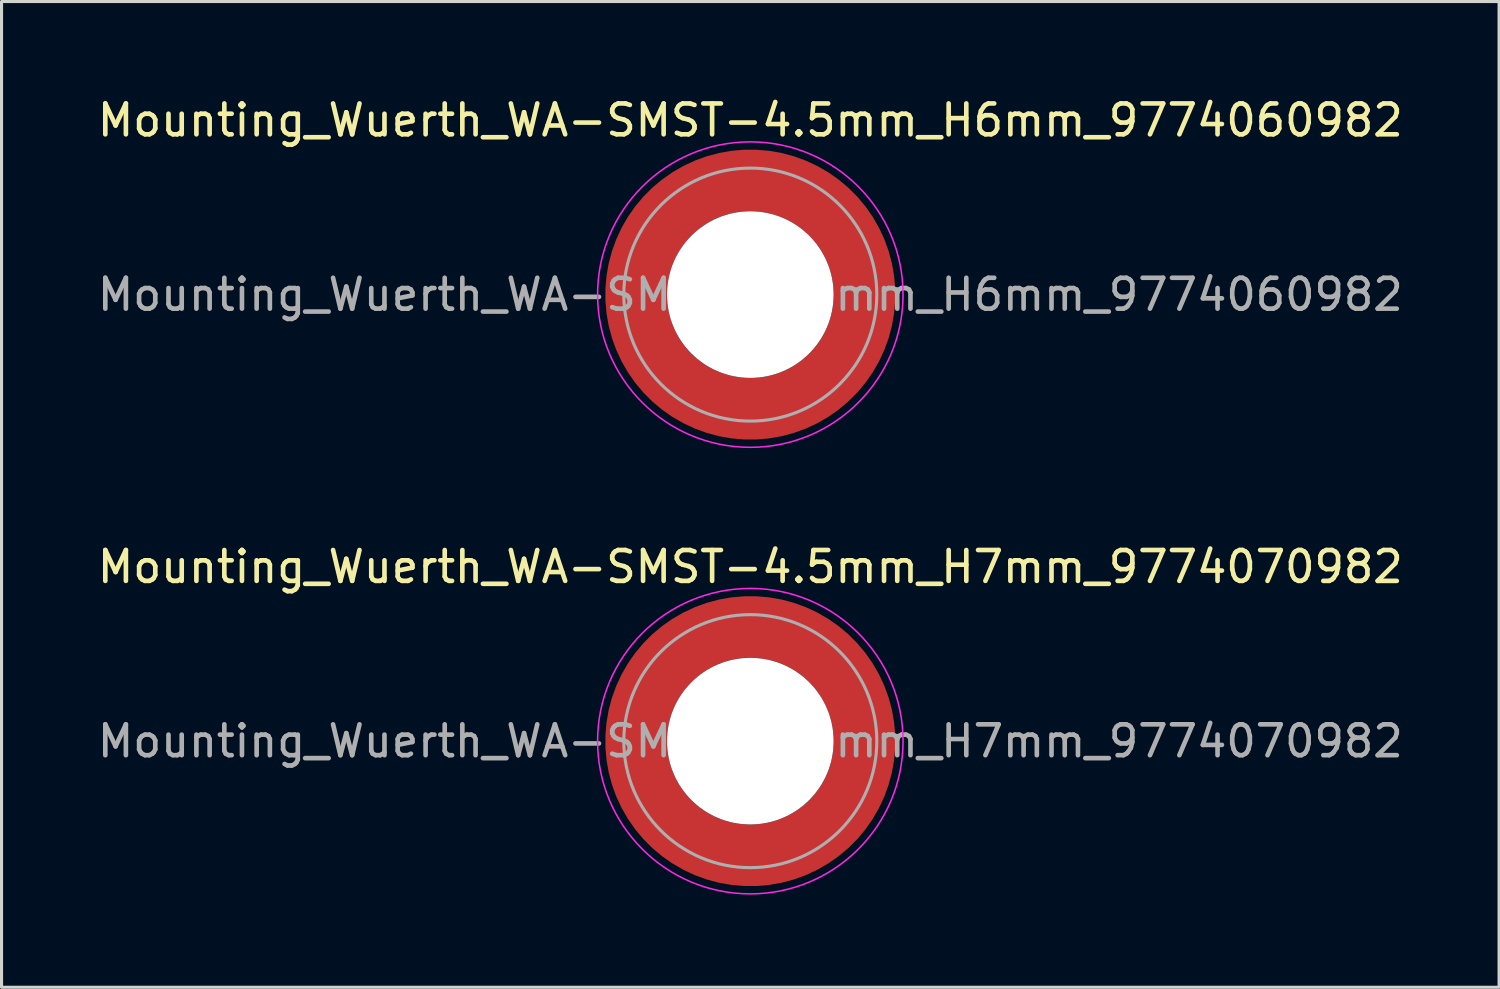
<source format=kicad_pcb>
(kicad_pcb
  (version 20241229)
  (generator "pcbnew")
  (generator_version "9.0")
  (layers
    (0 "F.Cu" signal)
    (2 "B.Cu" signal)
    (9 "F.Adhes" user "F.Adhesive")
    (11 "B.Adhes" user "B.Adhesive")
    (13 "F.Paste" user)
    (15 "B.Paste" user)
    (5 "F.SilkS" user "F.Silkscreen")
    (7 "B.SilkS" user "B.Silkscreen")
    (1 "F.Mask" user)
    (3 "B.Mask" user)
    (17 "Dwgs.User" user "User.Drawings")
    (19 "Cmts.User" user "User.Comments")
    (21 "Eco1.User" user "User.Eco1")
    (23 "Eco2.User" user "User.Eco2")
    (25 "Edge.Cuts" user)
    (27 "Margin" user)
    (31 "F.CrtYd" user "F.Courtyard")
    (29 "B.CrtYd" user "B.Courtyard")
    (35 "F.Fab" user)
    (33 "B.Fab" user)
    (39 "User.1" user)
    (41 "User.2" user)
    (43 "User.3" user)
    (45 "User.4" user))
  (footprint "Mounting_Wuerth_WA-SMST-4.5mm_H7mm_9774070982"
    (layer "F.Cu")
    (at 21.268 20.971)
    (property "Reference" "Mounting_Wuerth_WA-SMST-4.5mm_H7mm_9774070982" (at 0 -5.65 0) (layer "F.SilkS") (effects (font (size 1 1) (thickness 0.15))))
    (attr smd)
    (fp_circle (center 0 0) (end 4.95 0) (stroke (width 0.05) (type solid)) (fill no) (layer "F.CrtYd"))
    (fp_circle (center 0 0) (end 4.1 0) (stroke (width 0.1) (type solid)) (fill no) (layer "F.Fab"))
    (fp_text user "${REFERENCE}" (at 0 0 0) (layer "F.Fab") (effects (font (size 1 1) (thickness 0.15))))
    (pad "" smd custom (at -2.607 -2.607) (size 1.495 1.495) (layers "F.Paste") (options (anchor circle)) (primitives (gr_arc (start -0.188183 2.107456) (mid 0.598928 0.599619) (end 2.106494 -0.188011) (width 0.2)) (gr_arc (start -0.289416 2.107456) (mid 0.528508 0.529033) (end 2.106724 -0.28929) (width 0.2)) (gr_arc (start -0.390547 2.107456) (mid 0.457087 0.459449) (end 2.104161 -0.389996) (width 0.2)) (gr_arc (start -0.491585 2.107456) (mid 0.386415 0.389116) (end 2.103685 -0.490974) (width 0.2)) (gr_arc (start -0.59254 2.107456) (mid 0.31649 0.318035) (end 2.105297 -0.592202) (width 0.2)) (gr_arc (start -0.693419 2.107456) (mid 0.245252 0.248268) (end 2.103239 -0.692777) (width 0.2)) (gr_arc (start -0.794229 2.107456) (mid 0.174636 0.177878) (end 2.102921 -0.793559) (width 0.2)) (gr_arc (start -0.894975 2.107456) (mid 0.104643 0.106866) (end 2.104343 -0.894529) (width 0.2)) (gr_arc (start -0.995664 2.107456) (mid 0.033026 0.037479) (end 2.101219 -0.994793) (width 0.2)) (gr_arc (start -1.0963 2.107456) (mid -0.035789 -0.034714) (end 2.105949 -1.096096) (width 0.2)) (gr_arc (start -1.196886 2.107456) (mid -0.106351 -0.105157) (end 2.105783 -1.196666) (width 0.2)) (gr_arc (start -1.297427 2.107456) (mid -0.176416 -0.176097) (end 2.107009 -1.29737) (width 0.2)) (gr_arc (start -1.397927 2.107456) (mid -0.248476 -0.245042) (end 2.102638 -1.397323) (width 0.2)) (gr_arc (start -1.498388 2.107456) (mid -0.317612 -0.316913) (end 2.106475 -1.498268) (width 0.2)) (gr_arc (start -1.598813 2.107456) (mid -0.388865 -0.386665) (end 2.104366 -1.598444) (width 0.2)) (gr_arc (start -1.699204 2.107456) (mid -0.459747 -0.456787) (end 2.103299 -1.698719) (width 0.2)) (gr_arc (start -1.799565 2.107456) (mid -0.530257 -0.527283) (end 2.103277 -1.799089) (width 0.2)) (gr_arc (start -1.899896 2.107456) (mid -0.600396 -0.59815) (end 2.104299 -1.899545) (width 0.2)) (gr_arc (start -1.899896 2.107456) (mid -0.600396 -0.59815) (end 2.104299 -1.899545) (width 0.2)) (gr_line (start 2.107 -0.188) (end 2.107 -1.9) (width 0.2)) (gr_line (start -0.188 2.107) (end -1.9 2.107) (width 0.2))))
    (pad "" smd custom (at -2.607 2.607) (size 1.495 1.495) (layers "F.Paste") (options (anchor circle)) (primitives (gr_arc (start 2.107456 0.188183) (mid 0.599619 -0.598928) (end -0.188011 -2.106494) (width 0.2)) (gr_arc (start 2.107456 0.289416) (mid 0.529033 -0.528508) (end -0.28929 -2.106724) (width 0.2)) (gr_arc (start 2.107456 0.390547) (mid 0.459449 -0.457087) (end -0.389996 -2.104161) (width 0.2)) (gr_arc (start 2.107456 0.491585) (mid 0.389116 -0.386415) (end -0.490974 -2.103685) (width 0.2)) (gr_arc (start 2.107456 0.59254) (mid 0.318035 -0.31649) (end -0.592202 -2.105297) (width 0.2)) (gr_arc (start 2.107456 0.693419) (mid 0.248268 -0.245252) (end -0.692777 -2.103239) (width 0.2)) (gr_arc (start 2.107456 0.794229) (mid 0.177878 -0.174636) (end -0.793559 -2.102921) (width 0.2)) (gr_arc (start 2.107456 0.894975) (mid 0.106866 -0.104643) (end -0.894529 -2.104343) (width 0.2)) (gr_arc (start 2.107456 0.995664) (mid 0.037479 -0.033026) (end -0.994793 -2.101219) (width 0.2)) (gr_arc (start 2.107456 1.0963) (mid -0.034714 0.035789) (end -1.096096 -2.105949) (width 0.2)) (gr_arc (start 2.107456 1.196886) (mid -0.105157 0.106351) (end -1.196666 -2.105783) (width 0.2)) (gr_arc (start 2.107456 1.297427) (mid -0.176097 0.176416) (end -1.29737 -2.107009) (width 0.2)) (gr_arc (start 2.107456 1.397927) (mid -0.245042 0.248476) (end -1.397323 -2.102638) (width 0.2)) (gr_arc (start 2.107456 1.498388) (mid -0.316913 0.317612) (end -1.498268 -2.106475) (width 0.2)) (gr_arc (start 2.107456 1.598813) (mid -0.386665 0.388865) (end -1.598444 -2.104366) (width 0.2)) (gr_arc (start 2.107456 1.699204) (mid -0.456787 0.459747) (end -1.698719 -2.103299) (width 0.2)) (gr_arc (start 2.107456 1.799565) (mid -0.527283 0.530257) (end -1.799089 -2.103277) (width 0.2)) (gr_arc (start 2.107456 1.899896) (mid -0.59815 0.600396) (end -1.899545 -2.104299) (width 0.2)) (gr_arc (start 2.107456 1.899896) (mid -0.59815 0.600396) (end -1.899545 -2.104299) (width 0.2)) (gr_line (start -0.188 -2.107) (end -1.9 -2.107) (width 0.2)) (gr_line (start 2.107 0.188) (end 2.107 1.9) (width 0.2))))
    (pad "" np_thru_hole circle (at 0 0) (size 5.4 5.4) (drill 5.4) (layers "*.Cu" "*.Mask"))
    (pad "" smd custom (at 2.607 -2.607) (size 1.495 1.495) (layers "F.Paste") (options (anchor circle)) (primitives (gr_arc (start -2.107456 -0.188183) (mid -0.599619 0.598928) (end 0.188011 2.106494) (width 0.2)) (gr_arc (start -2.107456 -0.289416) (mid -0.529033 0.528508) (end 0.28929 2.106724) (width 0.2)) (gr_arc (start -2.107456 -0.390547) (mid -0.459449 0.457087) (end 0.389996 2.104161) (width 0.2)) (gr_arc (start -2.107456 -0.491585) (mid -0.389116 0.386415) (end 0.490974 2.103685) (width 0.2)) (gr_arc (start -2.107456 -0.59254) (mid -0.318035 0.31649) (end 0.592202 2.105297) (width 0.2)) (gr_arc (start -2.107456 -0.693419) (mid -0.248268 0.245252) (end 0.692777 2.103239) (width 0.2)) (gr_arc (start -2.107456 -0.794229) (mid -0.177878 0.174636) (end 0.793559 2.102921) (width 0.2)) (gr_arc (start -2.107456 -0.894975) (mid -0.106866 0.104643) (end 0.894529 2.104343) (width 0.2)) (gr_arc (start -2.107456 -0.995664) (mid -0.037479 0.033026) (end 0.994793 2.101219) (width 0.2)) (gr_arc (start -2.107456 -1.0963) (mid 0.034714 -0.035789) (end 1.096096 2.105949) (width 0.2)) (gr_arc (start -2.107456 -1.196886) (mid 0.105157 -0.106351) (end 1.196666 2.105783) (width 0.2)) (gr_arc (start -2.107456 -1.297427) (mid 0.176097 -0.176416) (end 1.29737 2.107009) (width 0.2)) (gr_arc (start -2.107456 -1.397927) (mid 0.245042 -0.248476) (end 1.397323 2.102638) (width 0.2)) (gr_arc (start -2.107456 -1.498388) (mid 0.316913 -0.317612) (end 1.498268 2.106475) (width 0.2)) (gr_arc (start -2.107456 -1.598813) (mid 0.386665 -0.388865) (end 1.598444 2.104366) (width 0.2)) (gr_arc (start -2.107456 -1.699204) (mid 0.456787 -0.459747) (end 1.698719 2.103299) (width 0.2)) (gr_arc (start -2.107456 -1.799565) (mid 0.527283 -0.530257) (end 1.799089 2.103277) (width 0.2)) (gr_arc (start -2.107456 -1.899896) (mid 0.59815 -0.600396) (end 1.899545 2.104299) (width 0.2)) (gr_arc (start -2.107456 -1.899896) (mid 0.59815 -0.600396) (end 1.899545 2.104299) (width 0.2)) (gr_line (start 0.188 2.107) (end 1.9 2.107) (width 0.2)) (gr_line (start -2.107 -0.188) (end -2.107 -1.9) (width 0.2))))
    (pad "" smd custom (at 2.607 2.607) (size 1.495 1.495) (layers "F.Paste") (options (anchor circle)) (primitives (gr_arc (start 0.188183 -2.107456) (mid -0.598928 -0.599619) (end -2.106494 0.188011) (width 0.2)) (gr_arc (start 0.289416 -2.107456) (mid -0.528508 -0.529033) (end -2.106724 0.28929) (width 0.2)) (gr_arc (start 0.390547 -2.107456) (mid -0.457087 -0.459449) (end -2.104161 0.389996) (width 0.2)) (gr_arc (start 0.491585 -2.107456) (mid -0.386415 -0.389116) (end -2.103685 0.490974) (width 0.2)) (gr_arc (start 0.59254 -2.107456) (mid -0.31649 -0.318035) (end -2.105297 0.592202) (width 0.2)) (gr_arc (start 0.693419 -2.107456) (mid -0.245252 -0.248268) (end -2.103239 0.692777) (width 0.2)) (gr_arc (start 0.794229 -2.107456) (mid -0.174636 -0.177878) (end -2.102921 0.793559) (width 0.2)) (gr_arc (start 0.894975 -2.107456) (mid -0.104643 -0.106866) (end -2.104343 0.894529) (width 0.2)) (gr_arc (start 0.995664 -2.107456) (mid -0.033026 -0.037479) (end -2.101219 0.994793) (width 0.2)) (gr_arc (start 1.0963 -2.107456) (mid 0.035789 0.034714) (end -2.105949 1.096096) (width 0.2)) (gr_arc (start 1.196886 -2.107456) (mid 0.106351 0.105157) (end -2.105783 1.196666) (width 0.2)) (gr_arc (start 1.297427 -2.107456) (mid 0.176416 0.176097) (end -2.107009 1.29737) (width 0.2)) (gr_arc (start 1.397927 -2.107456) (mid 0.248476 0.245042) (end -2.102638 1.397323) (width 0.2)) (gr_arc (start 1.498388 -2.107456) (mid 0.317612 0.316913) (end -2.106475 1.498268) (width 0.2)) (gr_arc (start 1.598813 -2.107456) (mid 0.388865 0.386665) (end -2.104366 1.598444) (width 0.2)) (gr_arc (start 1.699204 -2.107456) (mid 0.459747 0.456787) (end -2.103299 1.698719) (width 0.2)) (gr_arc (start 1.799565 -2.107456) (mid 0.530257 0.527283) (end -2.103277 1.799089) (width 0.2)) (gr_arc (start 1.899896 -2.107456) (mid 0.600396 0.59815) (end -2.104299 1.899545) (width 0.2)) (gr_arc (start 1.899896 -2.107456) (mid 0.600396 0.59815) (end -2.104299 1.899545) (width 0.2)) (gr_line (start -2.107 0.188) (end -2.107 1.9) (width 0.2)) (gr_line (start 0.188 -2.107) (end 1.9 -2.107) (width 0.2))))
    (pad "1" smd circle (at -3.7 0) (size 1.6 1.6) (layers "F.Cu"))
    (pad "1" smd circle (at 0 -3.7) (size 1.6 1.6) (layers "F.Cu"))
    (pad "1" smd circle (at 0 3.7) (size 1.6 1.6) (layers "F.Cu"))
    (pad "1" smd custom (at 3.7 0) (size 1.6 1.6) (layers "F.Cu" "F.Mask") (options (anchor circle)) (primitives (gr_circle (center -3.7 0) (end 0 0) (width 2) (fill no)))))
  (footprint "Mounting_Wuerth_WA-SMST-4.5mm_H6mm_9774060982"
    (layer "F.Cu")
    (at 21.268 6.498)
    (property "Reference" "Mounting_Wuerth_WA-SMST-4.5mm_H6mm_9774060982" (at 0 -5.65 0) (layer "F.SilkS") (effects (font (size 1 1) (thickness 0.15))))
    (attr smd)
    (fp_circle (center 0 0) (end 4.95 0) (stroke (width 0.05) (type solid)) (fill no) (layer "F.CrtYd"))
    (fp_circle (center 0 0) (end 4.1 0) (stroke (width 0.1) (type solid)) (fill no) (layer "F.Fab"))
    (fp_text user "${REFERENCE}" (at 0 0 0) (layer "F.Fab") (effects (font (size 1 1) (thickness 0.15))))
    (pad "" smd custom (at -2.607 -2.607) (size 1.495 1.495) (layers "F.Paste") (options (anchor circle)) (primitives (gr_arc (start -0.188183 2.107456) (mid 0.598928 0.599619) (end 2.106494 -0.188011) (width 0.2)) (gr_arc (start -0.289416 2.107456) (mid 0.528508 0.529033) (end 2.106724 -0.28929) (width 0.2)) (gr_arc (start -0.390547 2.107456) (mid 0.457087 0.459449) (end 2.104161 -0.389996) (width 0.2)) (gr_arc (start -0.491585 2.107456) (mid 0.386415 0.389116) (end 2.103685 -0.490974) (width 0.2)) (gr_arc (start -0.59254 2.107456) (mid 0.31649 0.318035) (end 2.105297 -0.592202) (width 0.2)) (gr_arc (start -0.693419 2.107456) (mid 0.245252 0.248268) (end 2.103239 -0.692777) (width 0.2)) (gr_arc (start -0.794229 2.107456) (mid 0.174636 0.177878) (end 2.102921 -0.793559) (width 0.2)) (gr_arc (start -0.894975 2.107456) (mid 0.104643 0.106866) (end 2.104343 -0.894529) (width 0.2)) (gr_arc (start -0.995664 2.107456) (mid 0.033026 0.037479) (end 2.101219 -0.994793) (width 0.2)) (gr_arc (start -1.0963 2.107456) (mid -0.035789 -0.034714) (end 2.105949 -1.096096) (width 0.2)) (gr_arc (start -1.196886 2.107456) (mid -0.106351 -0.105157) (end 2.105783 -1.196666) (width 0.2)) (gr_arc (start -1.297427 2.107456) (mid -0.176416 -0.176097) (end 2.107009 -1.29737) (width 0.2)) (gr_arc (start -1.397927 2.107456) (mid -0.248476 -0.245042) (end 2.102638 -1.397323) (width 0.2)) (gr_arc (start -1.498388 2.107456) (mid -0.317612 -0.316913) (end 2.106475 -1.498268) (width 0.2)) (gr_arc (start -1.598813 2.107456) (mid -0.388865 -0.386665) (end 2.104366 -1.598444) (width 0.2)) (gr_arc (start -1.699204 2.107456) (mid -0.459747 -0.456787) (end 2.103299 -1.698719) (width 0.2)) (gr_arc (start -1.799565 2.107456) (mid -0.530257 -0.527283) (end 2.103277 -1.799089) (width 0.2)) (gr_arc (start -1.899896 2.107456) (mid -0.600396 -0.59815) (end 2.104299 -1.899545) (width 0.2)) (gr_arc (start -1.899896 2.107456) (mid -0.600396 -0.59815) (end 2.104299 -1.899545) (width 0.2)) (gr_line (start 2.107 -0.188) (end 2.107 -1.9) (width 0.2)) (gr_line (start -0.188 2.107) (end -1.9 2.107) (width 0.2))))
    (pad "" smd custom (at -2.607 2.607) (size 1.495 1.495) (layers "F.Paste") (options (anchor circle)) (primitives (gr_arc (start 2.107456 0.188183) (mid 0.599619 -0.598928) (end -0.188011 -2.106494) (width 0.2)) (gr_arc (start 2.107456 0.289416) (mid 0.529033 -0.528508) (end -0.28929 -2.106724) (width 0.2)) (gr_arc (start 2.107456 0.390547) (mid 0.459449 -0.457087) (end -0.389996 -2.104161) (width 0.2)) (gr_arc (start 2.107456 0.491585) (mid 0.389116 -0.386415) (end -0.490974 -2.103685) (width 0.2)) (gr_arc (start 2.107456 0.59254) (mid 0.318035 -0.31649) (end -0.592202 -2.105297) (width 0.2)) (gr_arc (start 2.107456 0.693419) (mid 0.248268 -0.245252) (end -0.692777 -2.103239) (width 0.2)) (gr_arc (start 2.107456 0.794229) (mid 0.177878 -0.174636) (end -0.793559 -2.102921) (width 0.2)) (gr_arc (start 2.107456 0.894975) (mid 0.106866 -0.104643) (end -0.894529 -2.104343) (width 0.2)) (gr_arc (start 2.107456 0.995664) (mid 0.037479 -0.033026) (end -0.994793 -2.101219) (width 0.2)) (gr_arc (start 2.107456 1.0963) (mid -0.034714 0.035789) (end -1.096096 -2.105949) (width 0.2)) (gr_arc (start 2.107456 1.196886) (mid -0.105157 0.106351) (end -1.196666 -2.105783) (width 0.2)) (gr_arc (start 2.107456 1.297427) (mid -0.176097 0.176416) (end -1.29737 -2.107009) (width 0.2)) (gr_arc (start 2.107456 1.397927) (mid -0.245042 0.248476) (end -1.397323 -2.102638) (width 0.2)) (gr_arc (start 2.107456 1.498388) (mid -0.316913 0.317612) (end -1.498268 -2.106475) (width 0.2)) (gr_arc (start 2.107456 1.598813) (mid -0.386665 0.388865) (end -1.598444 -2.104366) (width 0.2)) (gr_arc (start 2.107456 1.699204) (mid -0.456787 0.459747) (end -1.698719 -2.103299) (width 0.2)) (gr_arc (start 2.107456 1.799565) (mid -0.527283 0.530257) (end -1.799089 -2.103277) (width 0.2)) (gr_arc (start 2.107456 1.899896) (mid -0.59815 0.600396) (end -1.899545 -2.104299) (width 0.2)) (gr_arc (start 2.107456 1.899896) (mid -0.59815 0.600396) (end -1.899545 -2.104299) (width 0.2)) (gr_line (start -0.188 -2.107) (end -1.9 -2.107) (width 0.2)) (gr_line (start 2.107 0.188) (end 2.107 1.9) (width 0.2))))
    (pad "" np_thru_hole circle (at 0 0) (size 5.4 5.4) (drill 5.4) (layers "*.Cu" "*.Mask"))
    (pad "" smd custom (at 2.607 -2.607) (size 1.495 1.495) (layers "F.Paste") (options (anchor circle)) (primitives (gr_arc (start -2.107456 -0.188183) (mid -0.599619 0.598928) (end 0.188011 2.106494) (width 0.2)) (gr_arc (start -2.107456 -0.289416) (mid -0.529033 0.528508) (end 0.28929 2.106724) (width 0.2)) (gr_arc (start -2.107456 -0.390547) (mid -0.459449 0.457087) (end 0.389996 2.104161) (width 0.2)) (gr_arc (start -2.107456 -0.491585) (mid -0.389116 0.386415) (end 0.490974 2.103685) (width 0.2)) (gr_arc (start -2.107456 -0.59254) (mid -0.318035 0.31649) (end 0.592202 2.105297) (width 0.2)) (gr_arc (start -2.107456 -0.693419) (mid -0.248268 0.245252) (end 0.692777 2.103239) (width 0.2)) (gr_arc (start -2.107456 -0.794229) (mid -0.177878 0.174636) (end 0.793559 2.102921) (width 0.2)) (gr_arc (start -2.107456 -0.894975) (mid -0.106866 0.104643) (end 0.894529 2.104343) (width 0.2)) (gr_arc (start -2.107456 -0.995664) (mid -0.037479 0.033026) (end 0.994793 2.101219) (width 0.2)) (gr_arc (start -2.107456 -1.0963) (mid 0.034714 -0.035789) (end 1.096096 2.105949) (width 0.2)) (gr_arc (start -2.107456 -1.196886) (mid 0.105157 -0.106351) (end 1.196666 2.105783) (width 0.2)) (gr_arc (start -2.107456 -1.297427) (mid 0.176097 -0.176416) (end 1.29737 2.107009) (width 0.2)) (gr_arc (start -2.107456 -1.397927) (mid 0.245042 -0.248476) (end 1.397323 2.102638) (width 0.2)) (gr_arc (start -2.107456 -1.498388) (mid 0.316913 -0.317612) (end 1.498268 2.106475) (width 0.2)) (gr_arc (start -2.107456 -1.598813) (mid 0.386665 -0.388865) (end 1.598444 2.104366) (width 0.2)) (gr_arc (start -2.107456 -1.699204) (mid 0.456787 -0.459747) (end 1.698719 2.103299) (width 0.2)) (gr_arc (start -2.107456 -1.799565) (mid 0.527283 -0.530257) (end 1.799089 2.103277) (width 0.2)) (gr_arc (start -2.107456 -1.899896) (mid 0.59815 -0.600396) (end 1.899545 2.104299) (width 0.2)) (gr_arc (start -2.107456 -1.899896) (mid 0.59815 -0.600396) (end 1.899545 2.104299) (width 0.2)) (gr_line (start 0.188 2.107) (end 1.9 2.107) (width 0.2)) (gr_line (start -2.107 -0.188) (end -2.107 -1.9) (width 0.2))))
    (pad "" smd custom (at 2.607 2.607) (size 1.495 1.495) (layers "F.Paste") (options (anchor circle)) (primitives (gr_arc (start 0.188183 -2.107456) (mid -0.598928 -0.599619) (end -2.106494 0.188011) (width 0.2)) (gr_arc (start 0.289416 -2.107456) (mid -0.528508 -0.529033) (end -2.106724 0.28929) (width 0.2)) (gr_arc (start 0.390547 -2.107456) (mid -0.457087 -0.459449) (end -2.104161 0.389996) (width 0.2)) (gr_arc (start 0.491585 -2.107456) (mid -0.386415 -0.389116) (end -2.103685 0.490974) (width 0.2)) (gr_arc (start 0.59254 -2.107456) (mid -0.31649 -0.318035) (end -2.105297 0.592202) (width 0.2)) (gr_arc (start 0.693419 -2.107456) (mid -0.245252 -0.248268) (end -2.103239 0.692777) (width 0.2)) (gr_arc (start 0.794229 -2.107456) (mid -0.174636 -0.177878) (end -2.102921 0.793559) (width 0.2)) (gr_arc (start 0.894975 -2.107456) (mid -0.104643 -0.106866) (end -2.104343 0.894529) (width 0.2)) (gr_arc (start 0.995664 -2.107456) (mid -0.033026 -0.037479) (end -2.101219 0.994793) (width 0.2)) (gr_arc (start 1.0963 -2.107456) (mid 0.035789 0.034714) (end -2.105949 1.096096) (width 0.2)) (gr_arc (start 1.196886 -2.107456) (mid 0.106351 0.105157) (end -2.105783 1.196666) (width 0.2)) (gr_arc (start 1.297427 -2.107456) (mid 0.176416 0.176097) (end -2.107009 1.29737) (width 0.2)) (gr_arc (start 1.397927 -2.107456) (mid 0.248476 0.245042) (end -2.102638 1.397323) (width 0.2)) (gr_arc (start 1.498388 -2.107456) (mid 0.317612 0.316913) (end -2.106475 1.498268) (width 0.2)) (gr_arc (start 1.598813 -2.107456) (mid 0.388865 0.386665) (end -2.104366 1.598444) (width 0.2)) (gr_arc (start 1.699204 -2.107456) (mid 0.459747 0.456787) (end -2.103299 1.698719) (width 0.2)) (gr_arc (start 1.799565 -2.107456) (mid 0.530257 0.527283) (end -2.103277 1.799089) (width 0.2)) (gr_arc (start 1.899896 -2.107456) (mid 0.600396 0.59815) (end -2.104299 1.899545) (width 0.2)) (gr_arc (start 1.899896 -2.107456) (mid 0.600396 0.59815) (end -2.104299 1.899545) (width 0.2)) (gr_line (start -2.107 0.188) (end -2.107 1.9) (width 0.2)) (gr_line (start 0.188 -2.107) (end 1.9 -2.107) (width 0.2))))
    (pad "1" smd circle (at -3.7 0) (size 1.6 1.6) (layers "F.Cu"))
    (pad "1" smd circle (at 0 -3.7) (size 1.6 1.6) (layers "F.Cu"))
    (pad "1" smd circle (at 0 3.7) (size 1.6 1.6) (layers "F.Cu"))
    (pad "1" smd custom (at 3.7 0) (size 1.6 1.6) (layers "F.Cu" "F.Mask") (options (anchor circle)) (primitives (gr_circle (center -3.7 0) (end 0 0) (width 2) (fill no)))))
  (gr_rect
    (start -3 -3)
    (end 45.536 28.947)
    (stroke (width 0.1) (type default))
    (fill no)
    (layer "Edge.Cuts")))
</source>
